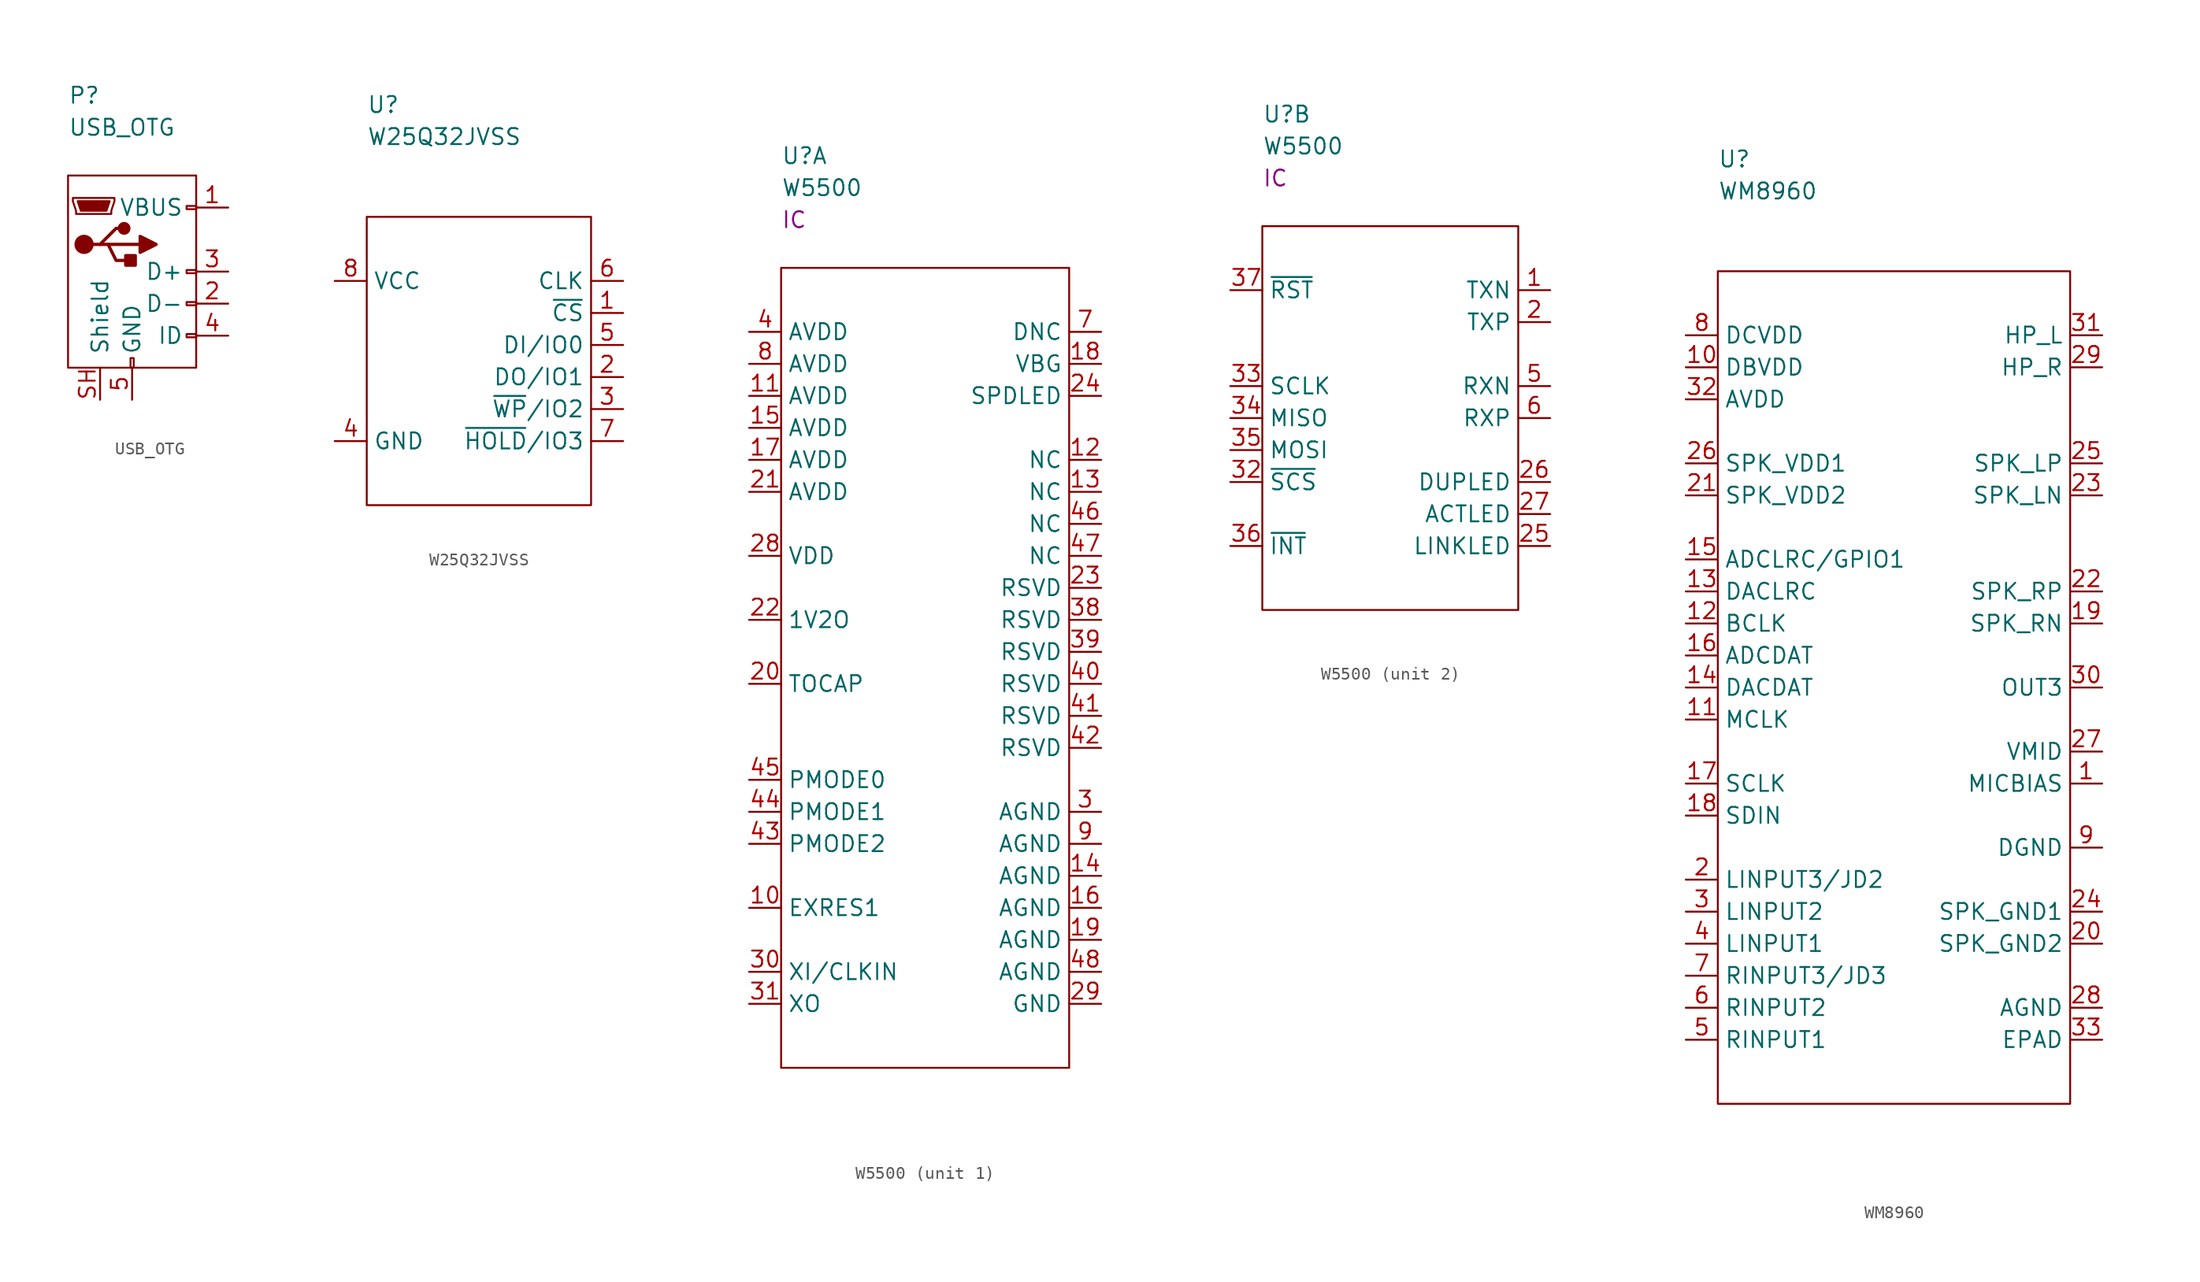
<source format=kicad_sym>
(kicad_symbol_lib
  (version 20211014)
  (generator kicad_symbol_editor)
  (symbol "USB_OTG"
    (pin_names
      (offset 1.016))
    (property "Reference" "P"
      (at 0 6.35 0)
      (effects (font (size 1.27 1.27)) (justify left)))
    (property "Value" "USB_OTG"
      (at 0 3.81 0)
      (effects (font (size 1.27 1.27)) (justify left)))
    (symbol "USB_OTG_0_1"
      (rectangle (start 0 -15.24) (end 10.16 0) (stroke (width 0.152) (type default) (color 0 0 0 0)) (fill (type none)))
      (polyline (pts (xy 3.175 -5.461) (xy 5.715 -5.461)) (stroke (width 0.254) (type default) (color 0 0 0 0)) (fill (type none)))
      (polyline (pts (xy 1.905 -5.461) (xy 2.54 -5.461) (xy 3.81 -4.191) (xy 4.445 -4.191)) (stroke (width 0.254) (type default) (color 0 0 0 0)) (fill (type none)))
      (polyline (pts (xy 2.54 -5.461) (xy 3.175 -5.461) (xy 3.81 -6.731) (xy 5.08 -6.731)) (stroke (width 0.254) (type default) (color 0 0 0 0)) (fill (type none)))
      (polyline (pts (xy 5.715 -4.826) (xy 5.715 -6.096) (xy 6.985 -5.461) (xy 5.715 -4.826)) (stroke (width 0.254) (type default) (color 0 0 0 0)) (fill (type outline)))
      (polyline (pts (xy 0.762 -2.032) (xy 3.302 -2.032) (xy 3.048 -2.794) (xy 1.016 -2.794) (xy 0.762 -2.032)) (stroke (width 0) (type default) (color 0 0 0 0)) (fill (type outline)))
      (polyline (pts (xy 0.381 -1.778) (xy 0.381 -2.032) (xy 0.635 -2.794) (xy 0.635 -3.048) (xy 3.429 -3.048) (xy 3.429 -2.794) (xy 3.683 -2.032) (xy 3.683 -1.778) (xy 0.381 -1.778)) (stroke (width 0) (type default) (color 0 0 0 0)) (fill (type none)))
      (circle (center 1.27 -5.461) (radius 0.635) (stroke (width 0.254) (type default) (color 0 0 0 0)) (fill (type outline)))
      (circle (center 4.445 -4.191) (radius 0.381) (stroke (width 0.254) (type default) (color 0 0 0 0)) (fill (type outline)))
      (rectangle (start 4.953 -15.24) (end 5.207 -14.478) (stroke (width 0) (type default) (color 0 0 0 0)) (fill (type none)))
      (rectangle (start 5.334 -6.35) (end 4.572 -7.112) (stroke (width 0.254) (type default) (color 0 0 0 0)) (fill (type outline)))
      (rectangle (start 10.16 -12.827) (end 9.398 -12.573) (stroke (width 0) (type default) (color 0 0 0 0)) (fill (type none)))
      (rectangle (start 10.16 -10.287) (end 9.398 -10.033) (stroke (width 0) (type default) (color 0 0 0 0)) (fill (type none)))
      (rectangle (start 10.16 -7.747) (end 9.398 -7.493) (stroke (width 0) (type default) (color 0 0 0 0)) (fill (type none)))
      (rectangle (start 10.16 -2.667) (end 9.398 -2.413) (stroke (width 0) (type default) (color 0 0 0 0)) (fill (type none))))
    (symbol "USB_OTG_1_1"
      (pin passive line (at 12.7 -2.54 180) (length 2.54) (name "VBUS" (effects (font (size 1.27 1.27)))) (number "1" (effects (font (size 1.27 1.27)))))
      (pin bidirectional line (at 12.7 -10.16 180) (length 2.54) (name "D-" (effects (font (size 1.27 1.27)))) (number "2" (effects (font (size 1.27 1.27)))))
      (pin bidirectional line (at 12.7 -7.62 180) (length 2.54) (name "D+" (effects (font (size 1.27 1.27)))) (number "3" (effects (font (size 1.27 1.27)))))
      (pin passive line (at 12.7 -12.7 180) (length 2.54) (name "ID" (effects (font (size 1.27 1.27)))) (number "4" (effects (font (size 1.27 1.27)))))
      (pin passive line (at 5.08 -17.78 90) (length 2.54) (name "GND" (effects (font (size 1.27 1.27)))) (number "5" (effects (font (size 1.27 1.27)))))
      (pin passive line (at 2.54 -17.78 90) (length 2.54) (name "Shield" (effects (font (size 1.27 1.27)))) (number "SH" (effects (font (size 1.27 1.27)))))))
  (symbol "W25Q32JVSS"
    (property "Reference" "U"
      (at 0 8.89 0)
      (effects (font (size 1.27 1.27)) (justify left)))
    (property "Value" "W25Q32JVSS"
      (at 0 6.35 0)
      (effects (font (size 1.27 1.27)) (justify left)))
    (symbol "W25Q32JVSS_0_1"
      (rectangle (start 0 0) (end 17.78 -22.86) (stroke (width 0.152) (type default) (color 0 0 0 0)) (fill (type none))))
    (symbol "W25Q32JVSS_1_1"
      (pin passive line (at 20.32 -7.62 180) (length 2.54) (name "~{CS}" (effects (font (size 1.27 1.27)))) (number "1" (effects (font (size 1.27 1.27)))))
      (pin passive line (at 20.32 -12.7 180) (length 2.54) (name "DO/IO1" (effects (font (size 1.27 1.27)))) (number "2" (effects (font (size 1.27 1.27)))))
      (pin passive line (at 20.32 -15.24 180) (length 2.54) (name "~{WP}/IO2" (effects (font (size 1.27 1.27)))) (number "3" (effects (font (size 1.27 1.27)))))
      (pin passive line (at -2.54 -17.78 0) (length 2.54) (name "GND" (effects (font (size 1.27 1.27)))) (number "4" (effects (font (size 1.27 1.27)))))
      (pin passive line (at 20.32 -10.16 180) (length 2.54) (name "DI/IO0" (effects (font (size 1.27 1.27)))) (number "5" (effects (font (size 1.27 1.27)))))
      (pin passive line (at 20.32 -5.08 180) (length 2.54) (name "CLK" (effects (font (size 1.27 1.27)))) (number "6" (effects (font (size 1.27 1.27)))))
      (pin passive line (at 20.32 -17.78 180) (length 2.54) (name "~{HOLD}/IO3" (effects (font (size 1.27 1.27)))) (number "7" (effects (font (size 1.27 1.27)))))
      (pin passive line (at -2.54 -5.08 0) (length 2.54) (name "VCC" (effects (font (size 1.27 1.27)))) (number "8" (effects (font (size 1.27 1.27)))))))
  (symbol "W5500"
    (property "Reference" "U"
      (at 0 8.89 0)
      (effects (font (size 1.27 1.27)) (justify left)))
    (property "Value" "W5500"
      (at 0 6.35 0)
      (effects (font (size 1.27 1.27)) (justify left)))
    (property "Category" "IC"
      (at 0 3.81 0)
      (effects (font (size 1.27 1.27)) (justify left)))
    (symbol "W5500_1_1"
      (rectangle (start 0 0) (end 22.86 -63.5) (stroke (width 0.152) (type default) (color 0 0 0 0)) (fill (type none)))
      (pin passive line (at -2.54 -50.8 0) (length 2.54) (name "EXRES1" (effects (font (size 1.27 1.27)))) (number "10" (effects (font (size 1.27 1.27)))))
      (pin passive line (at -2.54 -10.16 0) (length 2.54) (name "AVDD" (effects (font (size 1.27 1.27)))) (number "11" (effects (font (size 1.27 1.27)))))
      (pin passive line (at 25.4 -15.24 180) (length 2.54) (name "NC" (effects (font (size 1.27 1.27)))) (number "12" (effects (font (size 1.27 1.27)))))
      (pin passive line (at 25.4 -17.78 180) (length 2.54) (name "NC" (effects (font (size 1.27 1.27)))) (number "13" (effects (font (size 1.27 1.27)))))
      (pin passive line (at 25.4 -48.26 180) (length 2.54) (name "AGND" (effects (font (size 1.27 1.27)))) (number "14" (effects (font (size 1.27 1.27)))))
      (pin passive line (at -2.54 -12.7 0) (length 2.54) (name "AVDD" (effects (font (size 1.27 1.27)))) (number "15" (effects (font (size 1.27 1.27)))))
      (pin passive line (at 25.4 -50.8 180) (length 2.54) (name "AGND" (effects (font (size 1.27 1.27)))) (number "16" (effects (font (size 1.27 1.27)))))
      (pin passive line (at -2.54 -15.24 0) (length 2.54) (name "AVDD" (effects (font (size 1.27 1.27)))) (number "17" (effects (font (size 1.27 1.27)))))
      (pin passive line (at 25.4 -7.62 180) (length 2.54) (name "VBG" (effects (font (size 1.27 1.27)))) (number "18" (effects (font (size 1.27 1.27)))))
      (pin passive line (at 25.4 -53.34 180) (length 2.54) (name "AGND" (effects (font (size 1.27 1.27)))) (number "19" (effects (font (size 1.27 1.27)))))
      (pin passive line (at -2.54 -33.02 0) (length 2.54) (name "TOCAP" (effects (font (size 1.27 1.27)))) (number "20" (effects (font (size 1.27 1.27)))))
      (pin passive line (at -2.54 -17.78 0) (length 2.54) (name "AVDD" (effects (font (size 1.27 1.27)))) (number "21" (effects (font (size 1.27 1.27)))))
      (pin passive line (at -2.54 -27.94 0) (length 2.54) (name "1V2O" (effects (font (size 1.27 1.27)))) (number "22" (effects (font (size 1.27 1.27)))))
      (pin passive line (at 25.4 -25.4 180) (length 2.54) (name "RSVD" (effects (font (size 1.27 1.27)))) (number "23" (effects (font (size 1.27 1.27)))))
      (pin passive line (at 25.4 -10.16 180) (length 2.54) (name "SPDLED" (effects (font (size 1.27 1.27)))) (number "24" (effects (font (size 1.27 1.27)))))
      (pin passive line (at -2.54 -22.86 0) (length 2.54) (name "VDD" (effects (font (size 1.27 1.27)))) (number "28" (effects (font (size 1.27 1.27)))))
      (pin passive line (at 25.4 -58.42 180) (length 2.54) (name "GND" (effects (font (size 1.27 1.27)))) (number "29" (effects (font (size 1.27 1.27)))))
      (pin passive line (at 25.4 -43.18 180) (length 2.54) (name "AGND" (effects (font (size 1.27 1.27)))) (number "3" (effects (font (size 1.27 1.27)))))
      (pin passive line (at -2.54 -55.88 0) (length 2.54) (name "XI/CLKIN" (effects (font (size 1.27 1.27)))) (number "30" (effects (font (size 1.27 1.27)))))
      (pin passive line (at -2.54 -58.42 0) (length 2.54) (name "XO" (effects (font (size 1.27 1.27)))) (number "31" (effects (font (size 1.27 1.27)))))
      (pin passive line (at 25.4 -27.94 180) (length 2.54) (name "RSVD" (effects (font (size 1.27 1.27)))) (number "38" (effects (font (size 1.27 1.27)))))
      (pin passive line (at 25.4 -30.48 180) (length 2.54) (name "RSVD" (effects (font (size 1.27 1.27)))) (number "39" (effects (font (size 1.27 1.27)))))
      (pin passive line (at -2.54 -5.08 0) (length 2.54) (name "AVDD" (effects (font (size 1.27 1.27)))) (number "4" (effects (font (size 1.27 1.27)))))
      (pin passive line (at 25.4 -33.02 180) (length 2.54) (name "RSVD" (effects (font (size 1.27 1.27)))) (number "40" (effects (font (size 1.27 1.27)))))
      (pin passive line (at 25.4 -35.56 180) (length 2.54) (name "RSVD" (effects (font (size 1.27 1.27)))) (number "41" (effects (font (size 1.27 1.27)))))
      (pin passive line (at 25.4 -38.1 180) (length 2.54) (name "RSVD" (effects (font (size 1.27 1.27)))) (number "42" (effects (font (size 1.27 1.27)))))
      (pin passive line (at -2.54 -45.72 0) (length 2.54) (name "PMODE2" (effects (font (size 1.27 1.27)))) (number "43" (effects (font (size 1.27 1.27)))))
      (pin passive line (at -2.54 -43.18 0) (length 2.54) (name "PMODE1" (effects (font (size 1.27 1.27)))) (number "44" (effects (font (size 1.27 1.27)))))
      (pin passive line (at -2.54 -40.64 0) (length 2.54) (name "PMODE0" (effects (font (size 1.27 1.27)))) (number "45" (effects (font (size 1.27 1.27)))))
      (pin passive line (at 25.4 -20.32 180) (length 2.54) (name "NC" (effects (font (size 1.27 1.27)))) (number "46" (effects (font (size 1.27 1.27)))))
      (pin passive line (at 25.4 -22.86 180) (length 2.54) (name "NC" (effects (font (size 1.27 1.27)))) (number "47" (effects (font (size 1.27 1.27)))))
      (pin passive line (at 25.4 -55.88 180) (length 2.54) (name "AGND" (effects (font (size 1.27 1.27)))) (number "48" (effects (font (size 1.27 1.27)))))
      (pin passive line (at 25.4 -5.08 180) (length 2.54) (name "DNC" (effects (font (size 1.27 1.27)))) (number "7" (effects (font (size 1.27 1.27)))))
      (pin passive line (at -2.54 -7.62 0) (length 2.54) (name "AVDD" (effects (font (size 1.27 1.27)))) (number "8" (effects (font (size 1.27 1.27)))))
      (pin passive line (at 25.4 -45.72 180) (length 2.54) (name "AGND" (effects (font (size 1.27 1.27)))) (number "9" (effects (font (size 1.27 1.27))))))
    (symbol "W5500_2_1"
      (rectangle (start 0 0) (end 20.32 -30.48) (stroke (width 0.152) (type default) (color 0 0 0 0)) (fill (type none)))
      (pin passive line (at 22.86 -5.08 180) (length 2.54) (name "TXN" (effects (font (size 1.27 1.27)))) (number "1" (effects (font (size 1.27 1.27)))))
      (pin passive line (at 22.86 -7.62 180) (length 2.54) (name "TXP" (effects (font (size 1.27 1.27)))) (number "2" (effects (font (size 1.27 1.27)))))
      (pin passive line (at 22.86 -25.4 180) (length 2.54) (name "LINKLED" (effects (font (size 1.27 1.27)))) (number "25" (effects (font (size 1.27 1.27)))))
      (pin passive line (at 22.86 -20.32 180) (length 2.54) (name "DUPLED" (effects (font (size 1.27 1.27)))) (number "26" (effects (font (size 1.27 1.27)))))
      (pin passive line (at 22.86 -22.86 180) (length 2.54) (name "ACTLED" (effects (font (size 1.27 1.27)))) (number "27" (effects (font (size 1.27 1.27)))))
      (pin passive line (at -2.54 -20.32 0) (length 2.54) (name "~{SCS}" (effects (font (size 1.27 1.27)))) (number "32" (effects (font (size 1.27 1.27)))))
      (pin passive line (at -2.54 -12.7 0) (length 2.54) (name "SCLK" (effects (font (size 1.27 1.27)))) (number "33" (effects (font (size 1.27 1.27)))))
      (pin passive line (at -2.54 -15.24 0) (length 2.54) (name "MISO" (effects (font (size 1.27 1.27)))) (number "34" (effects (font (size 1.27 1.27)))))
      (pin passive line (at -2.54 -17.78 0) (length 2.54) (name "MOSI" (effects (font (size 1.27 1.27)))) (number "35" (effects (font (size 1.27 1.27)))))
      (pin passive line (at -2.54 -25.4 0) (length 2.54) (name "~{INT}" (effects (font (size 1.27 1.27)))) (number "36" (effects (font (size 1.27 1.27)))))
      (pin passive line (at -2.54 -5.08 0) (length 2.54) (name "~{RST}" (effects (font (size 1.27 1.27)))) (number "37" (effects (font (size 1.27 1.27)))))
      (pin passive line (at 22.86 -12.7 180) (length 2.54) (name "RXN" (effects (font (size 1.27 1.27)))) (number "5" (effects (font (size 1.27 1.27)))))
      (pin passive line (at 22.86 -15.24 180) (length 2.54) (name "RXP" (effects (font (size 1.27 1.27)))) (number "6" (effects (font (size 1.27 1.27)))))))
  (symbol "WM8960"
    (property "Reference" "U"
      (at 0 8.89 0)
      (effects (font (size 1.27 1.27)) (justify left)))
    (property "Value" "WM8960"
      (at 0 6.35 0)
      (effects (font (size 1.27 1.27)) (justify left)))
    (symbol "WM8960_0_1"
      (rectangle (start 0 0) (end 27.94 -66.04) (stroke (width 0.152) (type default) (color 0 0 0 0)) (fill (type none))))
    (symbol "WM8960_1_1"
      (pin passive line (at 30.48 -40.64 180) (length 2.54) (name "MICBIAS" (effects (font (size 1.27 1.27)))) (number "1" (effects (font (size 1.27 1.27)))))
      (pin passive line (at -2.54 -7.62 0) (length 2.54) (name "DBVDD" (effects (font (size 1.27 1.27)))) (number "10" (effects (font (size 1.27 1.27)))))
      (pin passive line (at -2.54 -35.56 0) (length 2.54) (name "MCLK" (effects (font (size 1.27 1.27)))) (number "11" (effects (font (size 1.27 1.27)))))
      (pin passive line (at -2.54 -27.94 0) (length 2.54) (name "BCLK" (effects (font (size 1.27 1.27)))) (number "12" (effects (font (size 1.27 1.27)))))
      (pin passive line (at -2.54 -25.4 0) (length 2.54) (name "DACLRC" (effects (font (size 1.27 1.27)))) (number "13" (effects (font (size 1.27 1.27)))))
      (pin passive line (at -2.54 -33.02 0) (length 2.54) (name "DACDAT" (effects (font (size 1.27 1.27)))) (number "14" (effects (font (size 1.27 1.27)))))
      (pin passive line (at -2.54 -22.86 0) (length 2.54) (name "ADCLRC/GPIO1" (effects (font (size 1.27 1.27)))) (number "15" (effects (font (size 1.27 1.27)))))
      (pin passive line (at -2.54 -30.48 0) (length 2.54) (name "ADCDAT" (effects (font (size 1.27 1.27)))) (number "16" (effects (font (size 1.27 1.27)))))
      (pin passive line (at -2.54 -40.64 0) (length 2.54) (name "SCLK" (effects (font (size 1.27 1.27)))) (number "17" (effects (font (size 1.27 1.27)))))
      (pin passive line (at -2.54 -43.18 0) (length 2.54) (name "SDIN" (effects (font (size 1.27 1.27)))) (number "18" (effects (font (size 1.27 1.27)))))
      (pin passive line (at 30.48 -27.94 180) (length 2.54) (name "SPK_RN" (effects (font (size 1.27 1.27)))) (number "19" (effects (font (size 1.27 1.27)))))
      (pin passive line (at -2.54 -48.26 0) (length 2.54) (name "LINPUT3/JD2" (effects (font (size 1.27 1.27)))) (number "2" (effects (font (size 1.27 1.27)))))
      (pin passive line (at 30.48 -53.34 180) (length 2.54) (name "SPK_GND2" (effects (font (size 1.27 1.27)))) (number "20" (effects (font (size 1.27 1.27)))))
      (pin passive line (at -2.54 -17.78 0) (length 2.54) (name "SPK_VDD2" (effects (font (size 1.27 1.27)))) (number "21" (effects (font (size 1.27 1.27)))))
      (pin passive line (at 30.48 -25.4 180) (length 2.54) (name "SPK_RP" (effects (font (size 1.27 1.27)))) (number "22" (effects (font (size 1.27 1.27)))))
      (pin passive line (at 30.48 -17.78 180) (length 2.54) (name "SPK_LN" (effects (font (size 1.27 1.27)))) (number "23" (effects (font (size 1.27 1.27)))))
      (pin passive line (at 30.48 -50.8 180) (length 2.54) (name "SPK_GND1" (effects (font (size 1.27 1.27)))) (number "24" (effects (font (size 1.27 1.27)))))
      (pin passive line (at 30.48 -15.24 180) (length 2.54) (name "SPK_LP" (effects (font (size 1.27 1.27)))) (number "25" (effects (font (size 1.27 1.27)))))
      (pin passive line (at -2.54 -15.24 0) (length 2.54) (name "SPK_VDD1" (effects (font (size 1.27 1.27)))) (number "26" (effects (font (size 1.27 1.27)))))
      (pin passive line (at 30.48 -38.1 180) (length 2.54) (name "VMID" (effects (font (size 1.27 1.27)))) (number "27" (effects (font (size 1.27 1.27)))))
      (pin passive line (at 30.48 -58.42 180) (length 2.54) (name "AGND" (effects (font (size 1.27 1.27)))) (number "28" (effects (font (size 1.27 1.27)))))
      (pin passive line (at 30.48 -7.62 180) (length 2.54) (name "HP_R" (effects (font (size 1.27 1.27)))) (number "29" (effects (font (size 1.27 1.27)))))
      (pin passive line (at -2.54 -50.8 0) (length 2.54) (name "LINPUT2" (effects (font (size 1.27 1.27)))) (number "3" (effects (font (size 1.27 1.27)))))
      (pin passive line (at 30.48 -33.02 180) (length 2.54) (name "OUT3" (effects (font (size 1.27 1.27)))) (number "30" (effects (font (size 1.27 1.27)))))
      (pin passive line (at 30.48 -5.08 180) (length 2.54) (name "HP_L" (effects (font (size 1.27 1.27)))) (number "31" (effects (font (size 1.27 1.27)))))
      (pin passive line (at -2.54 -10.16 0) (length 2.54) (name "AVDD" (effects (font (size 1.27 1.27)))) (number "32" (effects (font (size 1.27 1.27)))))
      (pin passive line (at 30.48 -60.96 180) (length 2.54) (name "EPAD" (effects (font (size 1.27 1.27)))) (number "33" (effects (font (size 1.27 1.27)))))
      (pin passive line (at -2.54 -53.34 0) (length 2.54) (name "LINPUT1" (effects (font (size 1.27 1.27)))) (number "4" (effects (font (size 1.27 1.27)))))
      (pin passive line (at -2.54 -60.96 0) (length 2.54) (name "RINPUT1" (effects (font (size 1.27 1.27)))) (number "5" (effects (font (size 1.27 1.27)))))
      (pin passive line (at -2.54 -58.42 0) (length 2.54) (name "RINPUT2" (effects (font (size 1.27 1.27)))) (number "6" (effects (font (size 1.27 1.27)))))
      (pin passive line (at -2.54 -55.88 0) (length 2.54) (name "RINPUT3/JD3" (effects (font (size 1.27 1.27)))) (number "7" (effects (font (size 1.27 1.27)))))
      (pin passive line (at -2.54 -5.08 0) (length 2.54) (name "DCVDD" (effects (font (size 1.27 1.27)))) (number "8" (effects (font (size 1.27 1.27)))))
      (pin passive line (at 30.48 -45.72 180) (length 2.54) (name "DGND" (effects (font (size 1.27 1.27)))) (number "9" (effects (font (size 1.27 1.27))))))))
</source>
